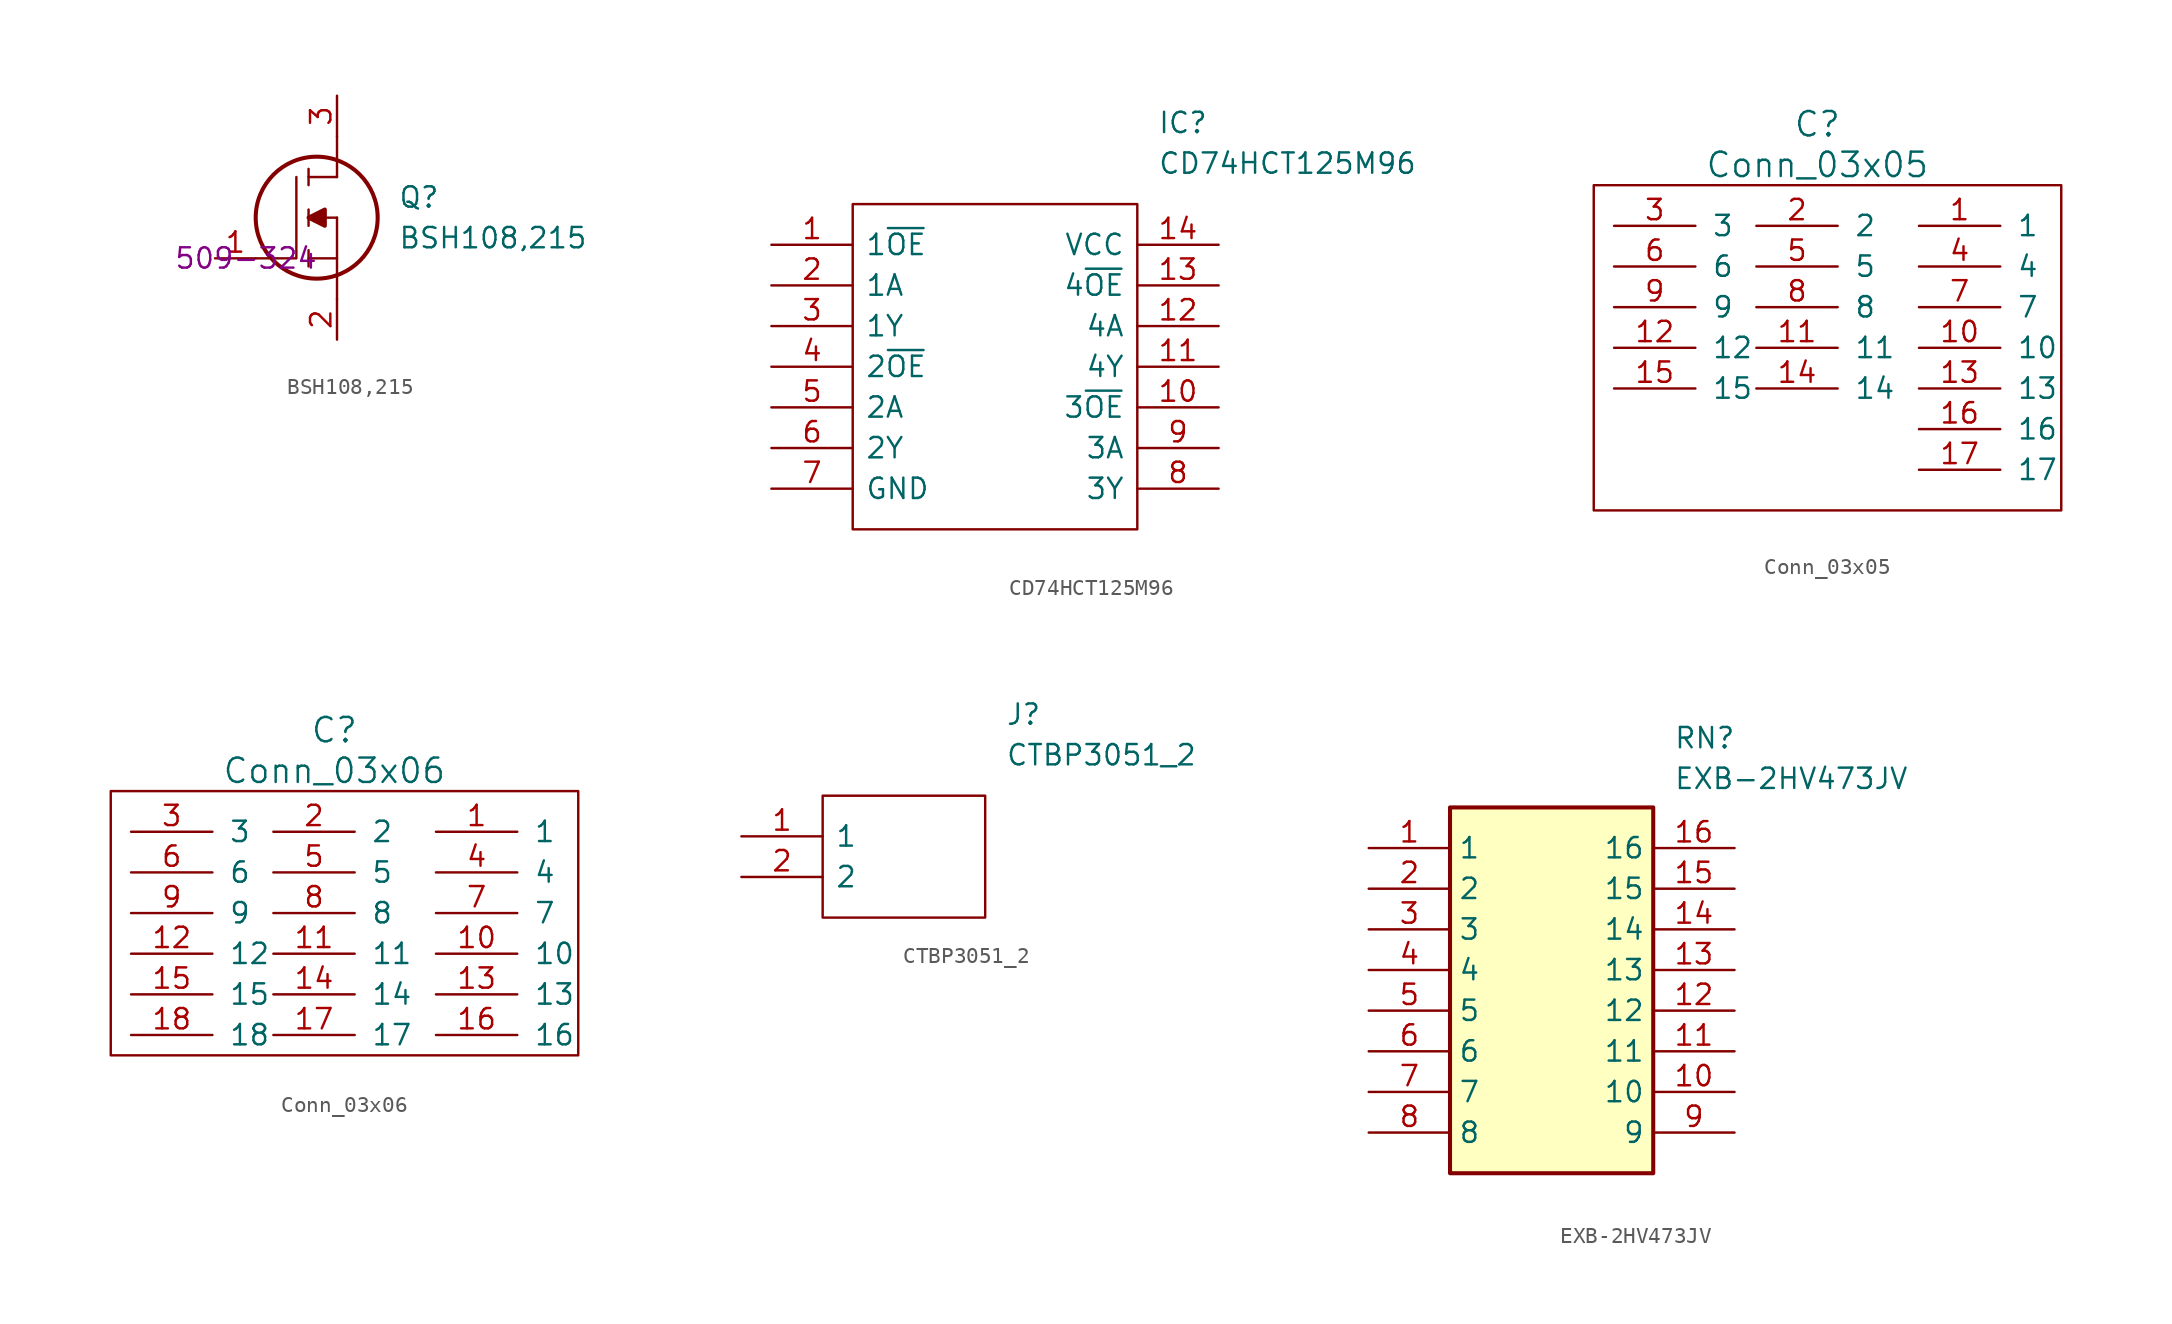
<source format=kicad_sym>
(kicad_symbol_lib
  (version 20231120)
  (generator "kicad_symbol_editor")
  (generator_version "8.0")
  (symbol "BSH108,215"
    (pin_names
      (offset 0.762))
    (property "Reference" "Q"
      (at 11.43 3.81 0)
      (effects (font (size 1.27 1.27)) (justify left)))
    (property "Value" "BSH108,215"
      (at 11.43 1.27 0)
      (effects (font (size 1.27 1.27)) (justify left)))
    (property "RS part number" "    509-324"
      (at 0 0 0)
      (effects (font (size 1.27 1.27))))
    (symbol "BSH108,215_0_0"
      (pin passive line (at 0 0 0) (length 2.54) (name "~" (effects (font (size 1.27 1.27)))) (number "1" (effects (font (size 1.27 1.27)))))
      (pin passive line (at 7.62 -5.08 90) (length 2.54) (name "~" (effects (font (size 1.27 1.27)))) (number "2" (effects (font (size 1.27 1.27)))))
      (pin passive line (at 7.62 10.16 270) (length 2.54) (name "~" (effects (font (size 1.27 1.27)))) (number "3" (effects (font (size 1.27 1.27))))))
    (symbol "BSH108,215_0_1"
      (polyline (pts (xy 5.842 -0.508) (xy 5.842 0.508)) (stroke (width 0.152) (type default)) (fill (type none)))
      (polyline (pts (xy 5.842 0) (xy 7.62 0)) (stroke (width 0.152) (type default)) (fill (type none)))
      (polyline (pts (xy 5.842 2.032) (xy 5.842 3.048)) (stroke (width 0.152) (type default)) (fill (type none)))
      (polyline (pts (xy 5.842 5.588) (xy 5.842 4.572)) (stroke (width 0.152) (type default)) (fill (type none)))
      (polyline (pts (xy 7.62 2.54) (xy 5.842 2.54)) (stroke (width 0.152) (type default)) (fill (type none)))
      (polyline (pts (xy 7.62 2.54) (xy 7.62 -2.54)) (stroke (width 0.152) (type default)) (fill (type none)))
      (polyline (pts (xy 7.62 5.08) (xy 5.842 5.08)) (stroke (width 0.152) (type default)) (fill (type none)))
      (polyline (pts (xy 7.62 5.08) (xy 7.62 7.62)) (stroke (width 0.152) (type default)) (fill (type none)))
      (polyline (pts (xy 2.54 0) (xy 5.08 0) (xy 5.08 5.08)) (stroke (width 0.152) (type default)) (fill (type none)))
      (polyline (pts (xy 5.842 2.54) (xy 6.858 3.048) (xy 6.858 2.032) (xy 5.842 2.54)) (stroke (width 0.254) (type default)) (fill (type outline)))
      (circle (center 6.35 2.54) (radius 3.81) (stroke (width 0.254) (type default)) (fill (type none)))))
  (symbol "CD74HCT125M96"
    (pin_names
      (offset 0.762))
    (property "Reference" "IC"
      (at 24.13 7.62 0)
      (effects (font (size 1.27 1.27)) (justify left)))
    (property "Value" "CD74HCT125M96"
      (at 24.13 5.08 0)
      (effects (font (size 1.27 1.27)) (justify left)))
    (symbol "CD74HCT125M96_0_0"
      (pin passive line (at 0 0 0) (length 5.08) (name "1~{OE}" (effects (font (size 1.27 1.27)))) (number "1" (effects (font (size 1.27 1.27)))))
      (pin passive line (at 27.94 -10.16 180) (length 5.08) (name "3~{OE}" (effects (font (size 1.27 1.27)))) (number "10" (effects (font (size 1.27 1.27)))))
      (pin passive line (at 27.94 -7.62 180) (length 5.08) (name "4Y" (effects (font (size 1.27 1.27)))) (number "11" (effects (font (size 1.27 1.27)))))
      (pin passive line (at 27.94 -5.08 180) (length 5.08) (name "4A" (effects (font (size 1.27 1.27)))) (number "12" (effects (font (size 1.27 1.27)))))
      (pin passive line (at 27.94 -2.54 180) (length 5.08) (name "4~{OE}" (effects (font (size 1.27 1.27)))) (number "13" (effects (font (size 1.27 1.27)))))
      (pin passive line (at 27.94 0 180) (length 5.08) (name "VCC" (effects (font (size 1.27 1.27)))) (number "14" (effects (font (size 1.27 1.27)))))
      (pin passive line (at 0 -2.54 0) (length 5.08) (name "1A" (effects (font (size 1.27 1.27)))) (number "2" (effects (font (size 1.27 1.27)))))
      (pin passive line (at 0 -5.08 0) (length 5.08) (name "1Y" (effects (font (size 1.27 1.27)))) (number "3" (effects (font (size 1.27 1.27)))))
      (pin passive line (at 0 -7.62 0) (length 5.08) (name "2~{OE}" (effects (font (size 1.27 1.27)))) (number "4" (effects (font (size 1.27 1.27)))))
      (pin passive line (at 0 -10.16 0) (length 5.08) (name "2A" (effects (font (size 1.27 1.27)))) (number "5" (effects (font (size 1.27 1.27)))))
      (pin passive line (at 0 -12.7 0) (length 5.08) (name "2Y" (effects (font (size 1.27 1.27)))) (number "6" (effects (font (size 1.27 1.27)))))
      (pin passive line (at 0 -15.24 0) (length 5.08) (name "GND" (effects (font (size 1.27 1.27)))) (number "7" (effects (font (size 1.27 1.27)))))
      (pin passive line (at 27.94 -15.24 180) (length 5.08) (name "3Y" (effects (font (size 1.27 1.27)))) (number "8" (effects (font (size 1.27 1.27)))))
      (pin passive line (at 27.94 -12.7 180) (length 5.08) (name "3A" (effects (font (size 1.27 1.27)))) (number "9" (effects (font (size 1.27 1.27))))))
    (symbol "CD74HCT125M96_0_1"
      (polyline (pts (xy 5.08 2.54) (xy 22.86 2.54) (xy 22.86 -17.78) (xy 5.08 -17.78) (xy 5.08 2.54)) (stroke (width 0.152) (type default)) (fill (type none)))))
  (symbol "Conn_03x05"
    (pin_names
      (offset 1.016))
    (property "Reference" "C"
      (at 0 2.54 0)
      (effects (font (size 1.524 1.524))))
    (property "Value" "Conn_03x05"
      (at 0 0 0)
      (effects (font (size 1.524 1.524))))
    (symbol "Conn_03x05_0_1"
      (rectangle (start -13.97 -1.27) (end 15.24 -21.59) (stroke (width 0) (type default)) (fill (type none))))
    (symbol "Conn_03x05_1_1"
      (pin input line (at 6.35 -3.81 0) (length 5.08) (name "1" (effects (font (size 1.27 1.27)))) (number "1" (effects (font (size 1.27 1.27)))))
      (pin input line (at 6.35 -11.43 0) (length 5.08) (name "10" (effects (font (size 1.27 1.27)))) (number "10" (effects (font (size 1.27 1.27)))))
      (pin input line (at -3.81 -11.43 0) (length 5.08) (name "11" (effects (font (size 1.27 1.27)))) (number "11" (effects (font (size 1.27 1.27)))))
      (pin input line (at -12.7 -11.43 0) (length 5.08) (name "12" (effects (font (size 1.27 1.27)))) (number "12" (effects (font (size 1.27 1.27)))))
      (pin input line (at 6.35 -13.97 0) (length 5.08) (name "13" (effects (font (size 1.27 1.27)))) (number "13" (effects (font (size 1.27 1.27)))))
      (pin input line (at -3.81 -13.97 0) (length 5.08) (name "14" (effects (font (size 1.27 1.27)))) (number "14" (effects (font (size 1.27 1.27)))))
      (pin input line (at -12.7 -13.97 0) (length 5.08) (name "15" (effects (font (size 1.27 1.27)))) (number "15" (effects (font (size 1.27 1.27)))))
      (pin input line (at 6.35 -16.51 0) (length 5.08) (name "16" (effects (font (size 1.27 1.27)))) (number "16" (effects (font (size 1.27 1.27)))))
      (pin input line (at 6.35 -19.05 0) (length 5.08) (name "17" (effects (font (size 1.27 1.27)))) (number "17" (effects (font (size 1.27 1.27)))))
      (pin input line (at -3.81 -3.81 0) (length 5.08) (name "2" (effects (font (size 1.27 1.27)))) (number "2" (effects (font (size 1.27 1.27)))))
      (pin input line (at -12.7 -3.81 0) (length 5.08) (name "3" (effects (font (size 1.27 1.27)))) (number "3" (effects (font (size 1.27 1.27)))))
      (pin input line (at 6.35 -6.35 0) (length 5.08) (name "4" (effects (font (size 1.27 1.27)))) (number "4" (effects (font (size 1.27 1.27)))))
      (pin input line (at -3.81 -6.35 0) (length 5.08) (name "5" (effects (font (size 1.27 1.27)))) (number "5" (effects (font (size 1.27 1.27)))))
      (pin input line (at -12.7 -6.35 0) (length 5.08) (name "6" (effects (font (size 1.27 1.27)))) (number "6" (effects (font (size 1.27 1.27)))))
      (pin input line (at 6.35 -8.89 0) (length 5.08) (name "7" (effects (font (size 1.27 1.27)))) (number "7" (effects (font (size 1.27 1.27)))))
      (pin input line (at -3.81 -8.89 0) (length 5.08) (name "8" (effects (font (size 1.27 1.27)))) (number "8" (effects (font (size 1.27 1.27)))))
      (pin input line (at -12.7 -8.89 0) (length 5.08) (name "9" (effects (font (size 1.27 1.27)))) (number "9" (effects (font (size 1.27 1.27)))))))
  (symbol "Conn_03x06"
    (pin_names
      (offset 1.016))
    (property "Reference" "C"
      (at 0 2.54 0)
      (effects (font (size 1.524 1.524))))
    (property "Value" "Conn_03x06"
      (at 0 0 0)
      (effects (font (size 1.524 1.524))))
    (symbol "Conn_03x06_0_1"
      (rectangle (start -13.97 -1.27) (end 15.24 -17.78) (stroke (width 0) (type default)) (fill (type none))))
    (symbol "Conn_03x06_1_1"
      (pin input line (at 6.35 -3.81 0) (length 5.08) (name "1" (effects (font (size 1.27 1.27)))) (number "1" (effects (font (size 1.27 1.27)))))
      (pin input line (at 6.35 -11.43 0) (length 5.08) (name "10" (effects (font (size 1.27 1.27)))) (number "10" (effects (font (size 1.27 1.27)))))
      (pin input line (at -3.81 -11.43 0) (length 5.08) (name "11" (effects (font (size 1.27 1.27)))) (number "11" (effects (font (size 1.27 1.27)))))
      (pin input line (at -12.7 -11.43 0) (length 5.08) (name "12" (effects (font (size 1.27 1.27)))) (number "12" (effects (font (size 1.27 1.27)))))
      (pin input line (at 6.35 -13.97 0) (length 5.08) (name "13" (effects (font (size 1.27 1.27)))) (number "13" (effects (font (size 1.27 1.27)))))
      (pin input line (at -3.81 -13.97 0) (length 5.08) (name "14" (effects (font (size 1.27 1.27)))) (number "14" (effects (font (size 1.27 1.27)))))
      (pin input line (at -12.7 -13.97 0) (length 5.08) (name "15" (effects (font (size 1.27 1.27)))) (number "15" (effects (font (size 1.27 1.27)))))
      (pin input line (at 6.35 -16.51 0) (length 5.08) (name "16" (effects (font (size 1.27 1.27)))) (number "16" (effects (font (size 1.27 1.27)))))
      (pin input line (at -3.81 -16.51 0) (length 5.08) (name "17" (effects (font (size 1.27 1.27)))) (number "17" (effects (font (size 1.27 1.27)))))
      (pin input line (at -12.7 -16.51 0) (length 5.08) (name "18" (effects (font (size 1.27 1.27)))) (number "18" (effects (font (size 1.27 1.27)))))
      (pin input line (at -3.81 -3.81 0) (length 5.08) (name "2" (effects (font (size 1.27 1.27)))) (number "2" (effects (font (size 1.27 1.27)))))
      (pin input line (at -12.7 -3.81 0) (length 5.08) (name "3" (effects (font (size 1.27 1.27)))) (number "3" (effects (font (size 1.27 1.27)))))
      (pin input line (at 6.35 -6.35 0) (length 5.08) (name "4" (effects (font (size 1.27 1.27)))) (number "4" (effects (font (size 1.27 1.27)))))
      (pin input line (at -3.81 -6.35 0) (length 5.08) (name "5" (effects (font (size 1.27 1.27)))) (number "5" (effects (font (size 1.27 1.27)))))
      (pin input line (at -12.7 -6.35 0) (length 5.08) (name "6" (effects (font (size 1.27 1.27)))) (number "6" (effects (font (size 1.27 1.27)))))
      (pin input line (at 6.35 -8.89 0) (length 5.08) (name "7" (effects (font (size 1.27 1.27)))) (number "7" (effects (font (size 1.27 1.27)))))
      (pin input line (at -3.81 -8.89 0) (length 5.08) (name "8" (effects (font (size 1.27 1.27)))) (number "8" (effects (font (size 1.27 1.27)))))
      (pin input line (at -12.7 -8.89 0) (length 5.08) (name "9" (effects (font (size 1.27 1.27)))) (number "9" (effects (font (size 1.27 1.27)))))))
  (symbol "CTBP3051_2"
    (pin_names
      (offset 0.762))
    (property "Reference" "J"
      (at 16.51 7.62 0)
      (effects (font (size 1.27 1.27)) (justify left)))
    (property "Value" "CTBP3051_2"
      (at 16.51 5.08 0)
      (effects (font (size 1.27 1.27)) (justify left)))
    (symbol "CTBP3051_2_0_0"
      (pin passive line (at 0 0 0) (length 5.08) (name "1" (effects (font (size 1.27 1.27)))) (number "1" (effects (font (size 1.27 1.27)))))
      (pin passive line (at 0 -2.54 0) (length 5.08) (name "2" (effects (font (size 1.27 1.27)))) (number "2" (effects (font (size 1.27 1.27))))))
    (symbol "CTBP3051_2_0_1"
      (polyline (pts (xy 5.08 2.54) (xy 15.24 2.54) (xy 15.24 -5.08) (xy 5.08 -5.08) (xy 5.08 2.54)) (stroke (width 0.152) (type default)) (fill (type none)))))
  (symbol "EXB-2HV473JV"
    (property "Reference" "RN"
      (at 19.05 7.62 0)
      (effects (font (size 1.27 1.27)) (justify left top)))
    (property "Value" "EXB-2HV473JV"
      (at 19.05 5.08 0)
      (effects (font (size 1.27 1.27)) (justify left top)))
    (symbol "EXB-2HV473JV_1_1"
      (rectangle (start 5.08 2.54) (end 17.78 -20.32) (stroke (width 0.254) (type default)) (fill (type background)))
      (pin passive line (at 0 0 0) (length 5.08) (name "1" (effects (font (size 1.27 1.27)))) (number "1" (effects (font (size 1.27 1.27)))))
      (pin passive line (at 22.86 -15.24 180) (length 5.08) (name "10" (effects (font (size 1.27 1.27)))) (number "10" (effects (font (size 1.27 1.27)))))
      (pin passive line (at 22.86 -12.7 180) (length 5.08) (name "11" (effects (font (size 1.27 1.27)))) (number "11" (effects (font (size 1.27 1.27)))))
      (pin passive line (at 22.86 -10.16 180) (length 5.08) (name "12" (effects (font (size 1.27 1.27)))) (number "12" (effects (font (size 1.27 1.27)))))
      (pin passive line (at 22.86 -7.62 180) (length 5.08) (name "13" (effects (font (size 1.27 1.27)))) (number "13" (effects (font (size 1.27 1.27)))))
      (pin passive line (at 22.86 -5.08 180) (length 5.08) (name "14" (effects (font (size 1.27 1.27)))) (number "14" (effects (font (size 1.27 1.27)))))
      (pin passive line (at 22.86 -2.54 180) (length 5.08) (name "15" (effects (font (size 1.27 1.27)))) (number "15" (effects (font (size 1.27 1.27)))))
      (pin passive line (at 22.86 0 180) (length 5.08) (name "16" (effects (font (size 1.27 1.27)))) (number "16" (effects (font (size 1.27 1.27)))))
      (pin passive line (at 0 -2.54 0) (length 5.08) (name "2" (effects (font (size 1.27 1.27)))) (number "2" (effects (font (size 1.27 1.27)))))
      (pin passive line (at 0 -5.08 0) (length 5.08) (name "3" (effects (font (size 1.27 1.27)))) (number "3" (effects (font (size 1.27 1.27)))))
      (pin passive line (at 0 -7.62 0) (length 5.08) (name "4" (effects (font (size 1.27 1.27)))) (number "4" (effects (font (size 1.27 1.27)))))
      (pin passive line (at 0 -10.16 0) (length 5.08) (name "5" (effects (font (size 1.27 1.27)))) (number "5" (effects (font (size 1.27 1.27)))))
      (pin passive line (at 0 -12.7 0) (length 5.08) (name "6" (effects (font (size 1.27 1.27)))) (number "6" (effects (font (size 1.27 1.27)))))
      (pin passive line (at 0 -15.24 0) (length 5.08) (name "7" (effects (font (size 1.27 1.27)))) (number "7" (effects (font (size 1.27 1.27)))))
      (pin passive line (at 0 -17.78 0) (length 5.08) (name "8" (effects (font (size 1.27 1.27)))) (number "8" (effects (font (size 1.27 1.27)))))
      (pin passive line (at 22.86 -17.78 180) (length 5.08) (name "9" (effects (font (size 1.27 1.27)))) (number "9" (effects (font (size 1.27 1.27))))))))
</source>
